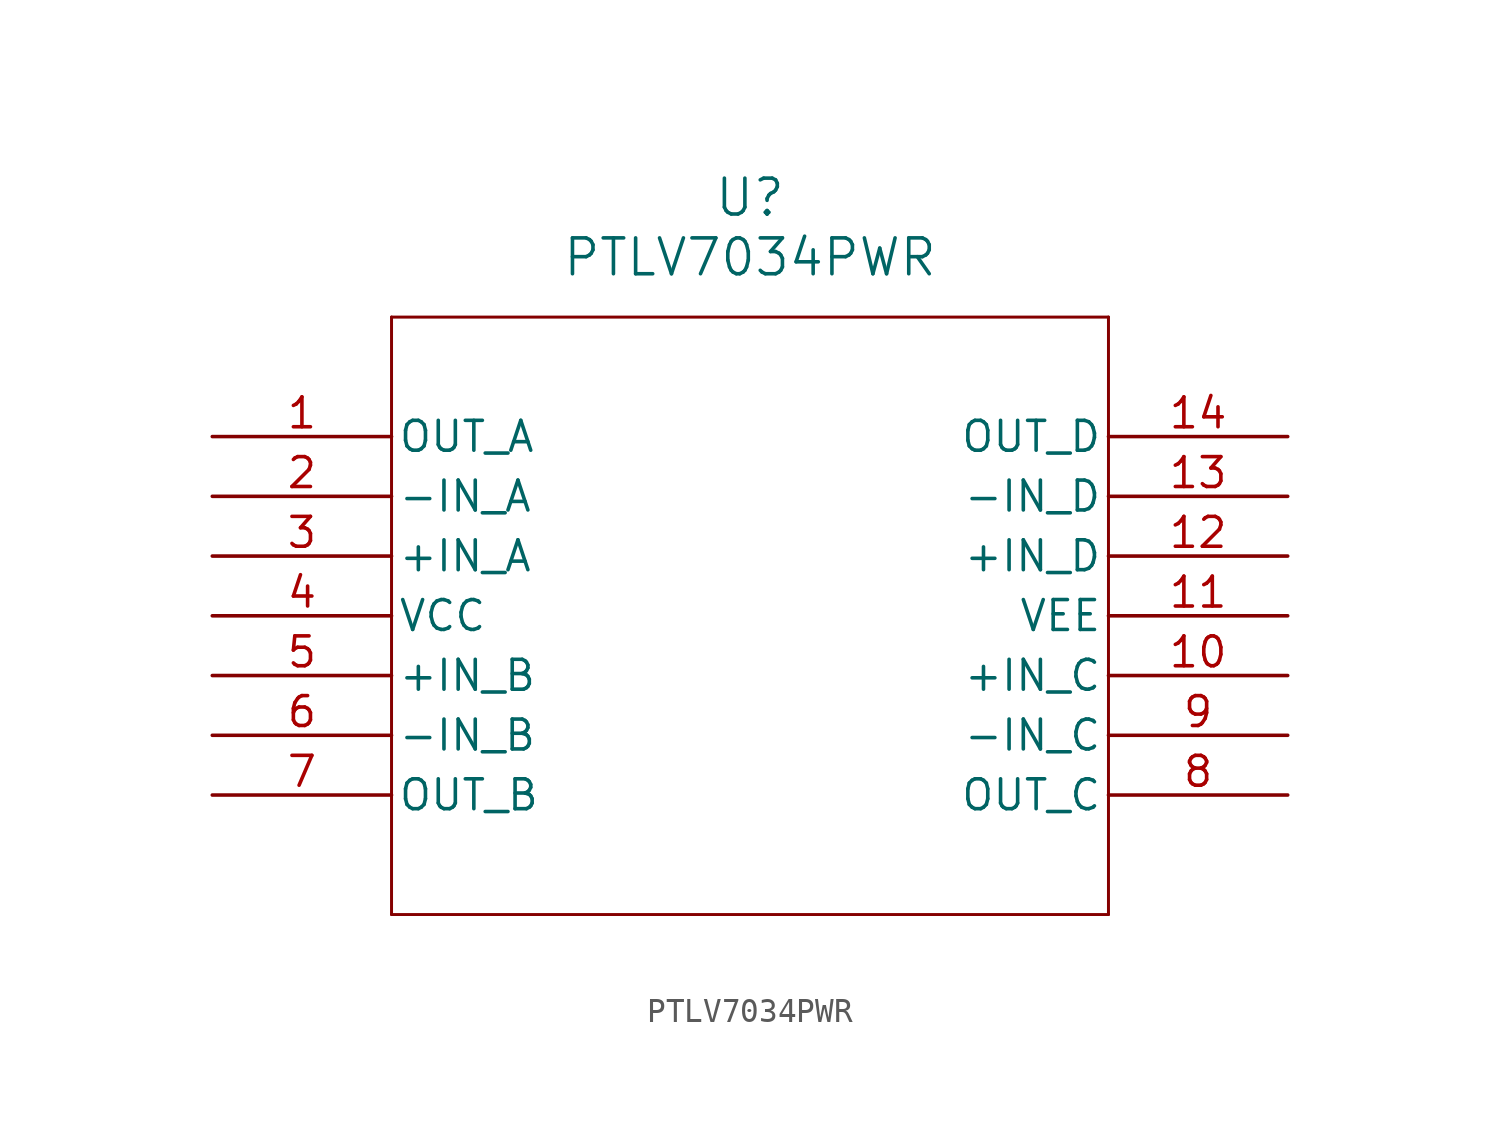
<source format=kicad_sym>
(kicad_symbol_lib
  (version 20211014)
  (generator kicad_symbol_editor)
  (symbol "PTLV7034PWR"
    (pin_names
      (offset 0.254))
    (property "Reference" "U"
      (at 22.86 10.16 0)
      (effects (font (size 1.524 1.524))))
    (property "Value" "PTLV7034PWR"
      (at 22.86 7.62 0)
      (effects (font (size 1.524 1.524))))
    (symbol "PTLV7034PWR_0_1"
      (polyline (pts (xy 7.62 5.08) (xy 7.62 -20.32)) (stroke (width 0.127) (type default) (color 0 0 0 0)) (fill (type none)))
      (polyline (pts (xy 7.62 -20.32) (xy 38.1 -20.32)) (stroke (width 0.127) (type default) (color 0 0 0 0)) (fill (type none)))
      (polyline (pts (xy 38.1 -20.32) (xy 38.1 5.08)) (stroke (width 0.127) (type default) (color 0 0 0 0)) (fill (type none)))
      (polyline (pts (xy 38.1 5.08) (xy 7.62 5.08)) (stroke (width 0.127) (type default) (color 0 0 0 0)) (fill (type none)))
      (pin output line (at 0 0 0) (length 7.62) (name "OUT A" (effects (font (size 1.27 1.27)))) (number "1" (effects (font (size 1.27 1.27)))))
      (pin input line (at 0 -2.54 0) (length 7.62) (name "-IN A" (effects (font (size 1.27 1.27)))) (number "2" (effects (font (size 1.27 1.27)))))
      (pin input line (at 0 -5.08 0) (length 7.62) (name "+IN A" (effects (font (size 1.27 1.27)))) (number "3" (effects (font (size 1.27 1.27)))))
      (pin power_in line (at 0 -7.62 0) (length 7.62) (name "VCC" (effects (font (size 1.27 1.27)))) (number "4" (effects (font (size 1.27 1.27)))))
      (pin input line (at 0 -10.16 0) (length 7.62) (name "+IN B" (effects (font (size 1.27 1.27)))) (number "5" (effects (font (size 1.27 1.27)))))
      (pin input line (at 0 -12.7 0) (length 7.62) (name "-IN B" (effects (font (size 1.27 1.27)))) (number "6" (effects (font (size 1.27 1.27)))))
      (pin output line (at 0 -15.24 0) (length 7.62) (name "OUT B" (effects (font (size 1.27 1.27)))) (number "7" (effects (font (size 1.27 1.27)))))
      (pin output line (at 45.72 -15.24 180) (length 7.62) (name "OUT C" (effects (font (size 1.27 1.27)))) (number "8" (effects (font (size 1.27 1.27)))))
      (pin input line (at 45.72 -12.7 180) (length 7.62) (name "-IN C" (effects (font (size 1.27 1.27)))) (number "9" (effects (font (size 1.27 1.27)))))
      (pin input line (at 45.72 -10.16 180) (length 7.62) (name "+IN C" (effects (font (size 1.27 1.27)))) (number "10" (effects (font (size 1.27 1.27)))))
      (pin power_in line (at 45.72 -7.62 180) (length 7.62) (name "VEE" (effects (font (size 1.27 1.27)))) (number "11" (effects (font (size 1.27 1.27)))))
      (pin input line (at 45.72 -5.08 180) (length 7.62) (name "+IN D" (effects (font (size 1.27 1.27)))) (number "12" (effects (font (size 1.27 1.27)))))
      (pin input line (at 45.72 -2.54 180) (length 7.62) (name "-IN D" (effects (font (size 1.27 1.27)))) (number "13" (effects (font (size 1.27 1.27)))))
      (pin output line (at 45.72 0 180) (length 7.62) (name "OUT D" (effects (font (size 1.27 1.27)))) (number "14" (effects (font (size 1.27 1.27))))))))
</source>
